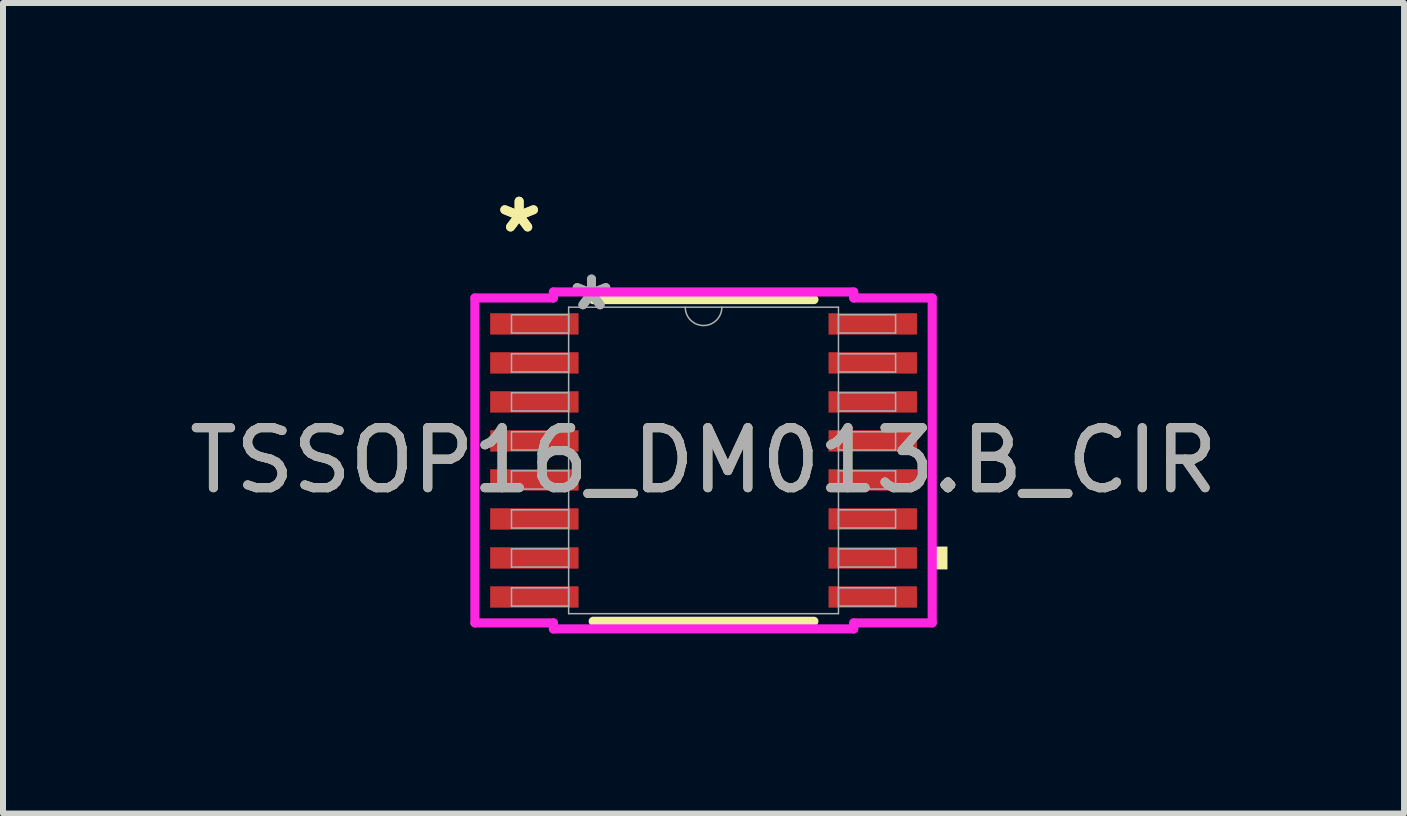
<source format=kicad_pcb>
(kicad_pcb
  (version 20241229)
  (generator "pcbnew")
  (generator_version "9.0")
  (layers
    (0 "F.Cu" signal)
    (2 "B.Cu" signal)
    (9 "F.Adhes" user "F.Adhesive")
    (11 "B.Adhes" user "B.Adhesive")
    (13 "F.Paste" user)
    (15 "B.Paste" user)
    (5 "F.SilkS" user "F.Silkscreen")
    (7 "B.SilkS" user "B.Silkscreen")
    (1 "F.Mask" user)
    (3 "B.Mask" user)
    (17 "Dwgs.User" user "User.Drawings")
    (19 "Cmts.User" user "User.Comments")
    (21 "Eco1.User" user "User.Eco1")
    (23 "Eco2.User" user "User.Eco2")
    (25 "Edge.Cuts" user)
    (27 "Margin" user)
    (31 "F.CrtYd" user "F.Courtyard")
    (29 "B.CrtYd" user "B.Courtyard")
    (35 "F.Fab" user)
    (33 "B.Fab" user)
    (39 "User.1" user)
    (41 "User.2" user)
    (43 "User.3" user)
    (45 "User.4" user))
  (footprint "TSSOP16_DM013.B_CIR"
    (layer "F.Cu")
    (at 8.673 4.622)
    (property "Reference" "TSSOP16_DM013.B_CIR" (at 0 0 0) (unlocked yes) (layer "F.SilkS") (effects (font (size 1 1) (thickness 0.15))))
    (attr smd)
    (fp_line (start -1.839 2.68) (end 1.839 2.68) (stroke (width 0.152) (type solid)) (layer "F.SilkS"))
    (fp_line (start 1.839 -2.68) (end -1.839 -2.68) (stroke (width 0.152) (type solid)) (layer "F.SilkS"))
    (fp_poly (pts (xy 4.064 1.435) (xy 4.064 1.816) (xy 3.81 1.816) (xy 3.81 1.435)) (stroke (width 0) (type solid)) (fill yes) (layer "F.SilkS"))
    (fp_line (start -3.81 -2.707) (end -2.502 -2.707) (stroke (width 0.152) (type solid)) (layer "F.CrtYd"))
    (fp_line (start -3.81 2.707) (end -3.81 -2.707) (stroke (width 0.152) (type solid)) (layer "F.CrtYd"))
    (fp_line (start -3.81 2.707) (end -2.502 2.707) (stroke (width 0.152) (type solid)) (layer "F.CrtYd"))
    (fp_line (start -2.502 -2.807) (end 2.502 -2.807) (stroke (width 0.152) (type solid)) (layer "F.CrtYd"))
    (fp_line (start -2.502 -2.707) (end -2.502 -2.807) (stroke (width 0.152) (type solid)) (layer "F.CrtYd"))
    (fp_line (start -2.502 2.807) (end -2.502 2.707) (stroke (width 0.152) (type solid)) (layer "F.CrtYd"))
    (fp_line (start 2.502 -2.807) (end 2.502 -2.707) (stroke (width 0.152) (type solid)) (layer "F.CrtYd"))
    (fp_line (start 2.502 2.707) (end 2.502 2.807) (stroke (width 0.152) (type solid)) (layer "F.CrtYd"))
    (fp_line (start 2.502 2.807) (end -2.502 2.807) (stroke (width 0.152) (type solid)) (layer "F.CrtYd"))
    (fp_line (start 3.81 -2.707) (end 2.502 -2.707) (stroke (width 0.152) (type solid)) (layer "F.CrtYd"))
    (fp_line (start 3.81 -2.707) (end 3.81 2.707) (stroke (width 0.152) (type solid)) (layer "F.CrtYd"))
    (fp_line (start 3.81 2.707) (end 2.502 2.707) (stroke (width 0.152) (type solid)) (layer "F.CrtYd"))
    (fp_line (start -3.2 -2.427) (end -3.2 -2.123) (stroke (width 0.025) (type solid)) (layer "F.Fab"))
    (fp_line (start -3.2 -2.123) (end -2.248 -2.123) (stroke (width 0.025) (type solid)) (layer "F.Fab"))
    (fp_line (start -3.2 -1.777) (end -3.2 -1.473) (stroke (width 0.025) (type solid)) (layer "F.Fab"))
    (fp_line (start -3.2 -1.473) (end -2.248 -1.473) (stroke (width 0.025) (type solid)) (layer "F.Fab"))
    (fp_line (start -3.2 -1.127) (end -3.2 -0.823) (stroke (width 0.025) (type solid)) (layer "F.Fab"))
    (fp_line (start -3.2 -0.823) (end -2.248 -0.823) (stroke (width 0.025) (type solid)) (layer "F.Fab"))
    (fp_line (start -3.2 -0.477) (end -3.2 -0.173) (stroke (width 0.025) (type solid)) (layer "F.Fab"))
    (fp_line (start -3.2 -0.173) (end -2.248 -0.173) (stroke (width 0.025) (type solid)) (layer "F.Fab"))
    (fp_line (start -3.2 0.173) (end -3.2 0.477) (stroke (width 0.025) (type solid)) (layer "F.Fab"))
    (fp_line (start -3.2 0.477) (end -2.248 0.477) (stroke (width 0.025) (type solid)) (layer "F.Fab"))
    (fp_line (start -3.2 0.823) (end -3.2 1.127) (stroke (width 0.025) (type solid)) (layer "F.Fab"))
    (fp_line (start -3.2 1.127) (end -2.248 1.127) (stroke (width 0.025) (type solid)) (layer "F.Fab"))
    (fp_line (start -3.2 1.473) (end -3.2 1.777) (stroke (width 0.025) (type solid)) (layer "F.Fab"))
    (fp_line (start -3.2 1.777) (end -2.248 1.777) (stroke (width 0.025) (type solid)) (layer "F.Fab"))
    (fp_line (start -3.2 2.123) (end -3.2 2.427) (stroke (width 0.025) (type solid)) (layer "F.Fab"))
    (fp_line (start -3.2 2.427) (end -2.248 2.427) (stroke (width 0.025) (type solid)) (layer "F.Fab"))
    (fp_line (start -2.248 -2.553) (end -2.248 2.553) (stroke (width 0.025) (type solid)) (layer "F.Fab"))
    (fp_line (start -2.248 -2.427) (end -3.2 -2.427) (stroke (width 0.025) (type solid)) (layer "F.Fab"))
    (fp_line (start -2.248 -2.123) (end -2.248 -2.427) (stroke (width 0.025) (type solid)) (layer "F.Fab"))
    (fp_line (start -2.248 -1.777) (end -3.2 -1.777) (stroke (width 0.025) (type solid)) (layer "F.Fab"))
    (fp_line (start -2.248 -1.473) (end -2.248 -1.777) (stroke (width 0.025) (type solid)) (layer "F.Fab"))
    (fp_line (start -2.248 -1.127) (end -3.2 -1.127) (stroke (width 0.025) (type solid)) (layer "F.Fab"))
    (fp_line (start -2.248 -0.823) (end -2.248 -1.127) (stroke (width 0.025) (type solid)) (layer "F.Fab"))
    (fp_line (start -2.248 -0.477) (end -3.2 -0.477) (stroke (width 0.025) (type solid)) (layer "F.Fab"))
    (fp_line (start -2.248 -0.173) (end -2.248 -0.477) (stroke (width 0.025) (type solid)) (layer "F.Fab"))
    (fp_line (start -2.248 0.173) (end -3.2 0.173) (stroke (width 0.025) (type solid)) (layer "F.Fab"))
    (fp_line (start -2.248 0.477) (end -2.248 0.173) (stroke (width 0.025) (type solid)) (layer "F.Fab"))
    (fp_line (start -2.248 0.823) (end -3.2 0.823) (stroke (width 0.025) (type solid)) (layer "F.Fab"))
    (fp_line (start -2.248 1.127) (end -2.248 0.823) (stroke (width 0.025) (type solid)) (layer "F.Fab"))
    (fp_line (start -2.248 1.473) (end -3.2 1.473) (stroke (width 0.025) (type solid)) (layer "F.Fab"))
    (fp_line (start -2.248 1.777) (end -2.248 1.473) (stroke (width 0.025) (type solid)) (layer "F.Fab"))
    (fp_line (start -2.248 2.123) (end -3.2 2.123) (stroke (width 0.025) (type solid)) (layer "F.Fab"))
    (fp_line (start -2.248 2.427) (end -2.248 2.123) (stroke (width 0.025) (type solid)) (layer "F.Fab"))
    (fp_line (start -2.248 2.553) (end 2.248 2.553) (stroke (width 0.025) (type solid)) (layer "F.Fab"))
    (fp_line (start 2.248 -2.553) (end -2.248 -2.553) (stroke (width 0.025) (type solid)) (layer "F.Fab"))
    (fp_line (start 2.248 -2.427) (end 2.248 -2.123) (stroke (width 0.025) (type solid)) (layer "F.Fab"))
    (fp_line (start 2.248 -2.123) (end 3.2 -2.123) (stroke (width 0.025) (type solid)) (layer "F.Fab"))
    (fp_line (start 2.248 -1.777) (end 2.248 -1.473) (stroke (width 0.025) (type solid)) (layer "F.Fab"))
    (fp_line (start 2.248 -1.473) (end 3.2 -1.473) (stroke (width 0.025) (type solid)) (layer "F.Fab"))
    (fp_line (start 2.248 -1.127) (end 2.248 -0.823) (stroke (width 0.025) (type solid)) (layer "F.Fab"))
    (fp_line (start 2.248 -0.823) (end 3.2 -0.823) (stroke (width 0.025) (type solid)) (layer "F.Fab"))
    (fp_line (start 2.248 -0.477) (end 2.248 -0.173) (stroke (width 0.025) (type solid)) (layer "F.Fab"))
    (fp_line (start 2.248 -0.173) (end 3.2 -0.173) (stroke (width 0.025) (type solid)) (layer "F.Fab"))
    (fp_line (start 2.248 0.173) (end 2.248 0.477) (stroke (width 0.025) (type solid)) (layer "F.Fab"))
    (fp_line (start 2.248 0.477) (end 3.2 0.477) (stroke (width 0.025) (type solid)) (layer "F.Fab"))
    (fp_line (start 2.248 0.823) (end 2.248 1.127) (stroke (width 0.025) (type solid)) (layer "F.Fab"))
    (fp_line (start 2.248 1.127) (end 3.2 1.127) (stroke (width 0.025) (type solid)) (layer "F.Fab"))
    (fp_line (start 2.248 1.473) (end 2.248 1.777) (stroke (width 0.025) (type solid)) (layer "F.Fab"))
    (fp_line (start 2.248 1.777) (end 3.2 1.777) (stroke (width 0.025) (type solid)) (layer "F.Fab"))
    (fp_line (start 2.248 2.123) (end 2.248 2.427) (stroke (width 0.025) (type solid)) (layer "F.Fab"))
    (fp_line (start 2.248 2.427) (end 3.2 2.427) (stroke (width 0.025) (type solid)) (layer "F.Fab"))
    (fp_line (start 2.248 2.553) (end 2.248 -2.553) (stroke (width 0.025) (type solid)) (layer "F.Fab"))
    (fp_line (start 3.2 -2.427) (end 2.248 -2.427) (stroke (width 0.025) (type solid)) (layer "F.Fab"))
    (fp_line (start 3.2 -2.123) (end 3.2 -2.427) (stroke (width 0.025) (type solid)) (layer "F.Fab"))
    (fp_line (start 3.2 -1.777) (end 2.248 -1.777) (stroke (width 0.025) (type solid)) (layer "F.Fab"))
    (fp_line (start 3.2 -1.473) (end 3.2 -1.777) (stroke (width 0.025) (type solid)) (layer "F.Fab"))
    (fp_line (start 3.2 -1.127) (end 2.248 -1.127) (stroke (width 0.025) (type solid)) (layer "F.Fab"))
    (fp_line (start 3.2 -0.823) (end 3.2 -1.127) (stroke (width 0.025) (type solid)) (layer "F.Fab"))
    (fp_line (start 3.2 -0.477) (end 2.248 -0.477) (stroke (width 0.025) (type solid)) (layer "F.Fab"))
    (fp_line (start 3.2 -0.173) (end 3.2 -0.477) (stroke (width 0.025) (type solid)) (layer "F.Fab"))
    (fp_line (start 3.2 0.173) (end 2.248 0.173) (stroke (width 0.025) (type solid)) (layer "F.Fab"))
    (fp_line (start 3.2 0.477) (end 3.2 0.173) (stroke (width 0.025) (type solid)) (layer "F.Fab"))
    (fp_line (start 3.2 0.823) (end 2.248 0.823) (stroke (width 0.025) (type solid)) (layer "F.Fab"))
    (fp_line (start 3.2 1.127) (end 3.2 0.823) (stroke (width 0.025) (type solid)) (layer "F.Fab"))
    (fp_line (start 3.2 1.473) (end 2.248 1.473) (stroke (width 0.025) (type solid)) (layer "F.Fab"))
    (fp_line (start 3.2 1.777) (end 3.2 1.473) (stroke (width 0.025) (type solid)) (layer "F.Fab"))
    (fp_line (start 3.2 2.123) (end 2.248 2.123) (stroke (width 0.025) (type solid)) (layer "F.Fab"))
    (fp_line (start 3.2 2.427) (end 3.2 2.123) (stroke (width 0.025) (type solid)) (layer "F.Fab"))
    (fp_arc (start 0.3048 -2.5527) (mid 0 -2.2479) (end -0.3048 -2.5527) (stroke (width 0.0254) (type solid)) (layer "F.Fab"))
    (fp_text user "*" (at -3.073 -3.774 0) (layer "F.SilkS") (effects (font (size 1 1) (thickness 0.15))))
    (fp_text user "*" (at -3.073 -3.774 0) (unlocked yes) (layer "F.SilkS") (effects (font (size 1 1) (thickness 0.15))))
    (fp_text user "${REFERENCE}" (at 0 0 0) (unlocked yes) (layer "F.Fab") (effects (font (size 1 1) (thickness 0.15))))
    (fp_text user "*" (at -1.867 -2.477 0) (layer "F.Fab") (effects (font (size 1 1) (thickness 0.15))))
    (fp_text user "*" (at -1.867 -2.477 0) (unlocked yes) (layer "F.Fab") (effects (font (size 1 1) (thickness 0.15))))
    (pad "1" smd rect (at -2.819 -2.275) (size 1.473 0.356) (layers "F.Cu" "F.Mask" "F.Paste"))
    (pad "2" smd rect (at -2.819 -1.625) (size 1.473 0.356) (layers "F.Cu" "F.Mask" "F.Paste"))
    (pad "3" smd rect (at -2.819 -0.975) (size 1.473 0.356) (layers "F.Cu" "F.Mask" "F.Paste"))
    (pad "4" smd rect (at -2.819 -0.325) (size 1.473 0.356) (layers "F.Cu" "F.Mask" "F.Paste"))
    (pad "5" smd rect (at -2.819 0.325) (size 1.473 0.356) (layers "F.Cu" "F.Mask" "F.Paste"))
    (pad "6" smd rect (at -2.819 0.975) (size 1.473 0.356) (layers "F.Cu" "F.Mask" "F.Paste"))
    (pad "7" smd rect (at -2.819 1.625) (size 1.473 0.356) (layers "F.Cu" "F.Mask" "F.Paste"))
    (pad "8" smd rect (at -2.819 2.275) (size 1.473 0.356) (layers "F.Cu" "F.Mask" "F.Paste"))
    (pad "9" smd rect (at 2.819 2.275) (size 1.473 0.356) (layers "F.Cu" "F.Mask" "F.Paste"))
    (pad "10" smd rect (at 2.819 1.625) (size 1.473 0.356) (layers "F.Cu" "F.Mask" "F.Paste"))
    (pad "11" smd rect (at 2.819 0.975) (size 1.473 0.356) (layers "F.Cu" "F.Mask" "F.Paste"))
    (pad "12" smd rect (at 2.819 0.325) (size 1.473 0.356) (layers "F.Cu" "F.Mask" "F.Paste"))
    (pad "13" smd rect (at 2.819 -0.325) (size 1.473 0.356) (layers "F.Cu" "F.Mask" "F.Paste"))
    (pad "14" smd rect (at 2.819 -0.975) (size 1.473 0.356) (layers "F.Cu" "F.Mask" "F.Paste"))
    (pad "15" smd rect (at 2.819 -1.625) (size 1.473 0.356) (layers "F.Cu" "F.Mask" "F.Paste"))
    (pad "16" smd rect (at 2.819 -2.275) (size 1.473 0.356) (layers "F.Cu" "F.Mask" "F.Paste")))
  (gr_rect
    (start -3 -3)
    (end 20.345 10.505)
    (stroke (width 0.1) (type default))
    (fill no)
    (layer "Edge.Cuts")))
</source>
